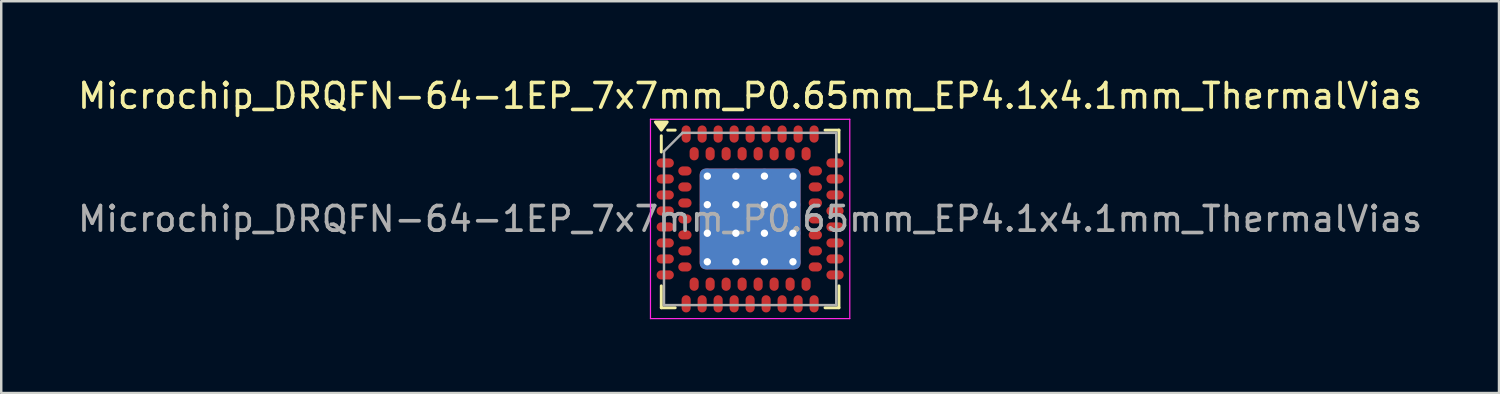
<source format=kicad_pcb>
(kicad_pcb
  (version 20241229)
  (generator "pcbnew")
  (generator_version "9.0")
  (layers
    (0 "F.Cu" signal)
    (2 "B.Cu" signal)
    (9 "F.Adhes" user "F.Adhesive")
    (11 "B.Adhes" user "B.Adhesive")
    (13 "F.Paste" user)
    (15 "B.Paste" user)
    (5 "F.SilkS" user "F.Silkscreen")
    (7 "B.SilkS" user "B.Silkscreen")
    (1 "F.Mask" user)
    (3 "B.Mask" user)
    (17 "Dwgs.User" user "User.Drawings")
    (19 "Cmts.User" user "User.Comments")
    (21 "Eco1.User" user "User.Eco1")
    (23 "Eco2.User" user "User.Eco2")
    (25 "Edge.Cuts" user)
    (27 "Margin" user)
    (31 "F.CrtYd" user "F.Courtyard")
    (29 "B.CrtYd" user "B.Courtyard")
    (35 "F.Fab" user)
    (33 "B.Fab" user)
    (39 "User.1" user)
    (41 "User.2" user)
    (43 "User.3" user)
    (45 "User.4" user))
  (footprint "Microchip_DRQFN-64-1EP_7x7mm_P0.65mm_EP4.1x4.1mm_ThermalVias"
    (layer "F.Cu")
    (at 27.435 5.848)
    (property "Reference" "Microchip_DRQFN-64-1EP_7x7mm_P0.65mm_EP4.1x4.1mm_ThermalVias" (at 0 -5 0) (layer "F.SilkS") (effects (font (size 1 1) (thickness 0.15))))
    (attr smd)
    (fp_line (start -3.61 -3.38) (end -3.61 -2.72) (stroke (width 0.12) (type solid)) (layer "F.SilkS"))
    (fp_line (start -3.61 3.61) (end -3.61 2.72) (stroke (width 0.12) (type solid)) (layer "F.SilkS"))
    (fp_line (start -3.045 -3.61) (end -3.35 -3.61) (stroke (width 0.12) (type solid)) (layer "F.SilkS"))
    (fp_line (start -3.045 3.61) (end -3.61 3.61) (stroke (width 0.12) (type solid)) (layer "F.SilkS"))
    (fp_line (start 3.045 -3.61) (end 3.61 -3.61) (stroke (width 0.12) (type solid)) (layer "F.SilkS"))
    (fp_line (start 3.61 -3.61) (end 3.61 -2.72) (stroke (width 0.12) (type solid)) (layer "F.SilkS"))
    (fp_line (start 3.61 2.72) (end 3.61 3.61) (stroke (width 0.12) (type solid)) (layer "F.SilkS"))
    (fp_line (start 3.61 3.61) (end 3.045 3.61) (stroke (width 0.12) (type solid)) (layer "F.SilkS"))
    (fp_poly (pts (xy -3.61 -3.61) (xy -3.85 -3.94) (xy -3.37 -3.94) (xy -3.61 -3.61)) (stroke (width 0.12) (type solid)) (fill yes) (layer "F.SilkS"))
    (fp_line (start -4.05 -4.05) (end 4.05 -4.05) (stroke (width 0.05) (type solid)) (layer "F.CrtYd"))
    (fp_line (start -4.05 4.05) (end -4.05 -4.05) (stroke (width 0.05) (type solid)) (layer "F.CrtYd"))
    (fp_line (start 4.05 -4.05) (end 4.05 4.05) (stroke (width 0.05) (type solid)) (layer "F.CrtYd"))
    (fp_line (start 4.05 4.05) (end -4.05 4.05) (stroke (width 0.05) (type solid)) (layer "F.CrtYd"))
    (fp_line (start -3.5 -2.75) (end -2.75 -3.5) (stroke (width 0.1) (type solid)) (layer "F.Fab"))
    (fp_line (start -3.5 3.5) (end -3.5 -2.75) (stroke (width 0.1) (type solid)) (layer "F.Fab"))
    (fp_line (start -2.75 -3.5) (end 3.5 -3.5) (stroke (width 0.1) (type solid)) (layer "F.Fab"))
    (fp_line (start 3.5 -3.5) (end 3.5 3.5) (stroke (width 0.1) (type solid)) (layer "F.Fab"))
    (fp_line (start 3.5 3.5) (end -3.5 3.5) (stroke (width 0.1) (type solid)) (layer "F.Fab"))
    (fp_text user "${REFERENCE}" (at 0 0 0) (layer "F.Fab") (effects (font (size 1 1) (thickness 0.15))))
    (pad "" smd roundrect (at -1.16 -1.16) (size 1 1) (layers "F.Paste") (roundrect_rratio 0.25))
    (pad "" smd roundrect (at -1.16 0) (size 1 1) (layers "F.Paste") (roundrect_rratio 0.25))
    (pad "" smd roundrect (at -1.16 1.16) (size 1 1) (layers "F.Paste") (roundrect_rratio 0.25))
    (pad "" smd roundrect (at 0 -1.16) (size 1 1) (layers "F.Paste") (roundrect_rratio 0.25))
    (pad "" smd roundrect (at 0 0) (size 1 1) (layers "F.Paste") (roundrect_rratio 0.25))
    (pad "" smd roundrect (at 0 1.16) (size 1 1) (layers "F.Paste") (roundrect_rratio 0.25))
    (pad "" smd roundrect (at 1.16 -1.16) (size 1 1) (layers "F.Paste") (roundrect_rratio 0.25))
    (pad "" smd roundrect (at 1.16 0) (size 1 1) (layers "F.Paste") (roundrect_rratio 0.25))
    (pad "" smd roundrect (at 1.16 1.16) (size 1 1) (layers "F.Paste") (roundrect_rratio 0.25))
    (pad "A1" smd oval (at -3.45 -2.275) (size 0.7 0.37) (layers "F.Cu" "F.Mask" "F.Paste"))
    (pad "A2" smd oval (at -3.45 -1.625) (size 0.7 0.37) (layers "F.Cu" "F.Mask" "F.Paste"))
    (pad "A3" smd oval (at -3.45 -0.975) (size 0.7 0.37) (layers "F.Cu" "F.Mask" "F.Paste"))
    (pad "A4" smd oval (at -3.45 -0.325) (size 0.7 0.37) (layers "F.Cu" "F.Mask" "F.Paste"))
    (pad "A5" smd oval (at -3.45 0.325) (size 0.7 0.37) (layers "F.Cu" "F.Mask" "F.Paste"))
    (pad "A6" smd oval (at -3.45 0.975) (size 0.7 0.37) (layers "F.Cu" "F.Mask" "F.Paste"))
    (pad "A7" smd oval (at -3.45 1.625) (size 0.7 0.37) (layers "F.Cu" "F.Mask" "F.Paste"))
    (pad "A8" smd oval (at -3.45 2.275) (size 0.7 0.37) (layers "F.Cu" "F.Mask" "F.Paste"))
    (pad "A9" smd oval (at -2.6 3.45) (size 0.37 0.7) (layers "F.Cu" "F.Mask" "F.Paste"))
    (pad "A10" smd oval (at -1.95 3.45) (size 0.37 0.7) (layers "F.Cu" "F.Mask" "F.Paste"))
    (pad "A11" smd oval (at -1.3 3.45) (size 0.37 0.7) (layers "F.Cu" "F.Mask" "F.Paste"))
    (pad "A12" smd oval (at -0.65 3.45) (size 0.37 0.7) (layers "F.Cu" "F.Mask" "F.Paste"))
    (pad "A13" smd oval (at 0 3.45) (size 0.37 0.7) (layers "F.Cu" "F.Mask" "F.Paste"))
    (pad "A14" smd oval (at 0.65 3.45) (size 0.37 0.7) (layers "F.Cu" "F.Mask" "F.Paste"))
    (pad "A15" smd oval (at 1.3 3.45) (size 0.37 0.7) (layers "F.Cu" "F.Mask" "F.Paste"))
    (pad "A16" smd oval (at 1.95 3.45) (size 0.37 0.7) (layers "F.Cu" "F.Mask" "F.Paste"))
    (pad "A17" smd oval (at 2.6 3.45) (size 0.37 0.7) (layers "F.Cu" "F.Mask" "F.Paste"))
    (pad "A18" smd oval (at 3.45 2.275) (size 0.7 0.37) (layers "F.Cu" "F.Mask" "F.Paste"))
    (pad "A19" smd oval (at 3.45 1.625) (size 0.7 0.37) (layers "F.Cu" "F.Mask" "F.Paste"))
    (pad "A20" smd oval (at 3.45 0.975) (size 0.7 0.37) (layers "F.Cu" "F.Mask" "F.Paste"))
    (pad "A21" smd oval (at 3.45 0.325) (size 0.7 0.37) (layers "F.Cu" "F.Mask" "F.Paste"))
    (pad "A22" smd oval (at 3.45 -0.325) (size 0.7 0.37) (layers "F.Cu" "F.Mask" "F.Paste"))
    (pad "A23" smd oval (at 3.45 -0.975) (size 0.7 0.37) (layers "F.Cu" "F.Mask" "F.Paste"))
    (pad "A24" smd oval (at 3.45 -1.625) (size 0.7 0.37) (layers "F.Cu" "F.Mask" "F.Paste"))
    (pad "A25" smd oval (at 3.45 -2.275) (size 0.7 0.37) (layers "F.Cu" "F.Mask" "F.Paste"))
    (pad "A26" smd oval (at 2.6 -3.45) (size 0.37 0.7) (layers "F.Cu" "F.Mask" "F.Paste"))
    (pad "A27" smd oval (at 1.95 -3.45) (size 0.37 0.7) (layers "F.Cu" "F.Mask" "F.Paste"))
    (pad "A28" smd oval (at 1.3 -3.45) (size 0.37 0.7) (layers "F.Cu" "F.Mask" "F.Paste"))
    (pad "A29" smd oval (at 0.65 -3.45) (size 0.37 0.7) (layers "F.Cu" "F.Mask" "F.Paste"))
    (pad "A30" smd oval (at 0 -3.45) (size 0.37 0.7) (layers "F.Cu" "F.Mask" "F.Paste"))
    (pad "A31" smd oval (at -0.65 -3.45) (size 0.37 0.7) (layers "F.Cu" "F.Mask" "F.Paste"))
    (pad "A32" smd oval (at -1.3 -3.45) (size 0.37 0.7) (layers "F.Cu" "F.Mask" "F.Paste"))
    (pad "A33" smd oval (at -1.95 -3.45) (size 0.37 0.7) (layers "F.Cu" "F.Mask" "F.Paste"))
    (pad "A34" smd oval (at -2.6 -3.45) (size 0.37 0.7) (layers "F.Cu" "F.Mask" "F.Paste"))
    (pad "B1" smd oval (at -2.65 -1.95) (size 0.54 0.37) (layers "F.Cu" "F.Mask" "F.Paste"))
    (pad "B2" smd oval (at -2.65 -1.3) (size 0.54 0.37) (layers "F.Cu" "F.Mask" "F.Paste"))
    (pad "B3" smd oval (at -2.65 -0.65) (size 0.54 0.37) (layers "F.Cu" "F.Mask" "F.Paste"))
    (pad "B4" smd oval (at -2.65 0) (size 0.54 0.37) (layers "F.Cu" "F.Mask" "F.Paste"))
    (pad "B5" smd oval (at -2.65 0.65) (size 0.54 0.37) (layers "F.Cu" "F.Mask" "F.Paste"))
    (pad "B6" smd oval (at -2.65 1.3) (size 0.54 0.37) (layers "F.Cu" "F.Mask" "F.Paste"))
    (pad "B7" smd oval (at -2.65 1.95) (size 0.54 0.37) (layers "F.Cu" "F.Mask" "F.Paste"))
    (pad "B8" smd oval (at -2.275 2.65) (size 0.37 0.54) (layers "F.Cu" "F.Mask" "F.Paste"))
    (pad "B9" smd oval (at -1.625 2.65) (size 0.37 0.54) (layers "F.Cu" "F.Mask" "F.Paste"))
    (pad "B10" smd oval (at -0.975 2.65) (size 0.37 0.54) (layers "F.Cu" "F.Mask" "F.Paste"))
    (pad "B11" smd oval (at -0.325 2.65) (size 0.37 0.54) (layers "F.Cu" "F.Mask" "F.Paste"))
    (pad "B12" smd oval (at 0.325 2.65) (size 0.37 0.54) (layers "F.Cu" "F.Mask" "F.Paste"))
    (pad "B13" smd oval (at 0.975 2.65) (size 0.37 0.54) (layers "F.Cu" "F.Mask" "F.Paste"))
    (pad "B14" smd oval (at 1.625 2.65) (size 0.37 0.54) (layers "F.Cu" "F.Mask" "F.Paste"))
    (pad "B15" smd oval (at 2.275 2.65) (size 0.37 0.54) (layers "F.Cu" "F.Mask" "F.Paste"))
    (pad "B16" smd oval (at 2.65 1.95) (size 0.54 0.37) (layers "F.Cu" "F.Mask" "F.Paste"))
    (pad "B17" smd oval (at 2.65 1.3) (size 0.54 0.37) (layers "F.Cu" "F.Mask" "F.Paste"))
    (pad "B18" smd oval (at 2.65 0.65) (size 0.54 0.37) (layers "F.Cu" "F.Mask" "F.Paste"))
    (pad "B19" smd oval (at 2.65 0) (size 0.54 0.37) (layers "F.Cu" "F.Mask" "F.Paste"))
    (pad "B20" smd oval (at 2.65 -0.65) (size 0.54 0.37) (layers "F.Cu" "F.Mask" "F.Paste"))
    (pad "B21" smd oval (at 2.65 -1.3) (size 0.54 0.37) (layers "F.Cu" "F.Mask" "F.Paste"))
    (pad "B22" smd oval (at 2.65 -1.95) (size 0.54 0.37) (layers "F.Cu" "F.Mask" "F.Paste"))
    (pad "B23" smd oval (at 2.275 -2.65) (size 0.37 0.54) (layers "F.Cu" "F.Mask" "F.Paste"))
    (pad "B24" smd oval (at 1.625 -2.65) (size 0.37 0.54) (layers "F.Cu" "F.Mask" "F.Paste"))
    (pad "B25" smd oval (at 0.975 -2.65) (size 0.37 0.54) (layers "F.Cu" "F.Mask" "F.Paste"))
    (pad "B26" smd oval (at 0.325 -2.65) (size 0.37 0.54) (layers "F.Cu" "F.Mask" "F.Paste"))
    (pad "B27" smd oval (at -0.325 -2.65) (size 0.37 0.54) (layers "F.Cu" "F.Mask" "F.Paste"))
    (pad "B28" smd oval (at -0.975 -2.65) (size 0.37 0.54) (layers "F.Cu" "F.Mask" "F.Paste"))
    (pad "B29" smd oval (at -1.625 -2.65) (size 0.37 0.54) (layers "F.Cu" "F.Mask" "F.Paste"))
    (pad "B30" smd oval (at -2.275 -2.65) (size 0.37 0.54) (layers "F.Cu" "F.Mask" "F.Paste"))
    (pad "EP" thru_hole circle (at -1.74 -1.74) (size 0.6 0.6) (drill 0.3) (layers "*.Cu"))
    (pad "EP" thru_hole circle (at -1.74 -0.58) (size 0.6 0.6) (drill 0.3) (layers "*.Cu"))
    (pad "EP" thru_hole circle (at -1.74 0.58) (size 0.6 0.6) (drill 0.3) (layers "*.Cu"))
    (pad "EP" thru_hole circle (at -1.74 1.74) (size 0.6 0.6) (drill 0.3) (layers "*.Cu"))
    (pad "EP" thru_hole circle (at -0.58 -1.74) (size 0.6 0.6) (drill 0.3) (layers "*.Cu"))
    (pad "EP" thru_hole circle (at -0.58 -0.58) (size 0.6 0.6) (drill 0.3) (layers "*.Cu"))
    (pad "EP" thru_hole circle (at -0.58 0.58) (size 0.6 0.6) (drill 0.3) (layers "*.Cu"))
    (pad "EP" thru_hole circle (at -0.58 1.74) (size 0.6 0.6) (drill 0.3) (layers "*.Cu"))
    (pad "EP" smd roundrect (at 0 0) (size 4.1 4.1) (layers "F.Cu" "F.Mask") (roundrect_rratio 0.06))
    (pad "EP" smd roundrect (at 0 0) (size 4.1 4.1) (layers "B.Cu") (roundrect_rratio 0.06))
    (pad "EP" thru_hole circle (at 0.58 -1.74) (size 0.6 0.6) (drill 0.3) (layers "*.Cu"))
    (pad "EP" thru_hole circle (at 0.58 -0.58) (size 0.6 0.6) (drill 0.3) (layers "*.Cu"))
    (pad "EP" thru_hole circle (at 0.58 0.58) (size 0.6 0.6) (drill 0.3) (layers "*.Cu"))
    (pad "EP" thru_hole circle (at 0.58 1.74) (size 0.6 0.6) (drill 0.3) (layers "*.Cu"))
    (pad "EP" thru_hole circle (at 1.74 -1.74) (size 0.6 0.6) (drill 0.3) (layers "*.Cu"))
    (pad "EP" thru_hole circle (at 1.74 -0.58) (size 0.6 0.6) (drill 0.3) (layers "*.Cu"))
    (pad "EP" thru_hole circle (at 1.74 0.58) (size 0.6 0.6) (drill 0.3) (layers "*.Cu"))
    (pad "EP" thru_hole circle (at 1.74 1.74) (size 0.6 0.6) (drill 0.3) (layers "*.Cu")))
  (gr_rect
    (start -3 -3)
    (end 57.869 12.923)
    (stroke (width 0.1) (type default))
    (fill no)
    (layer "Edge.Cuts")))
</source>
